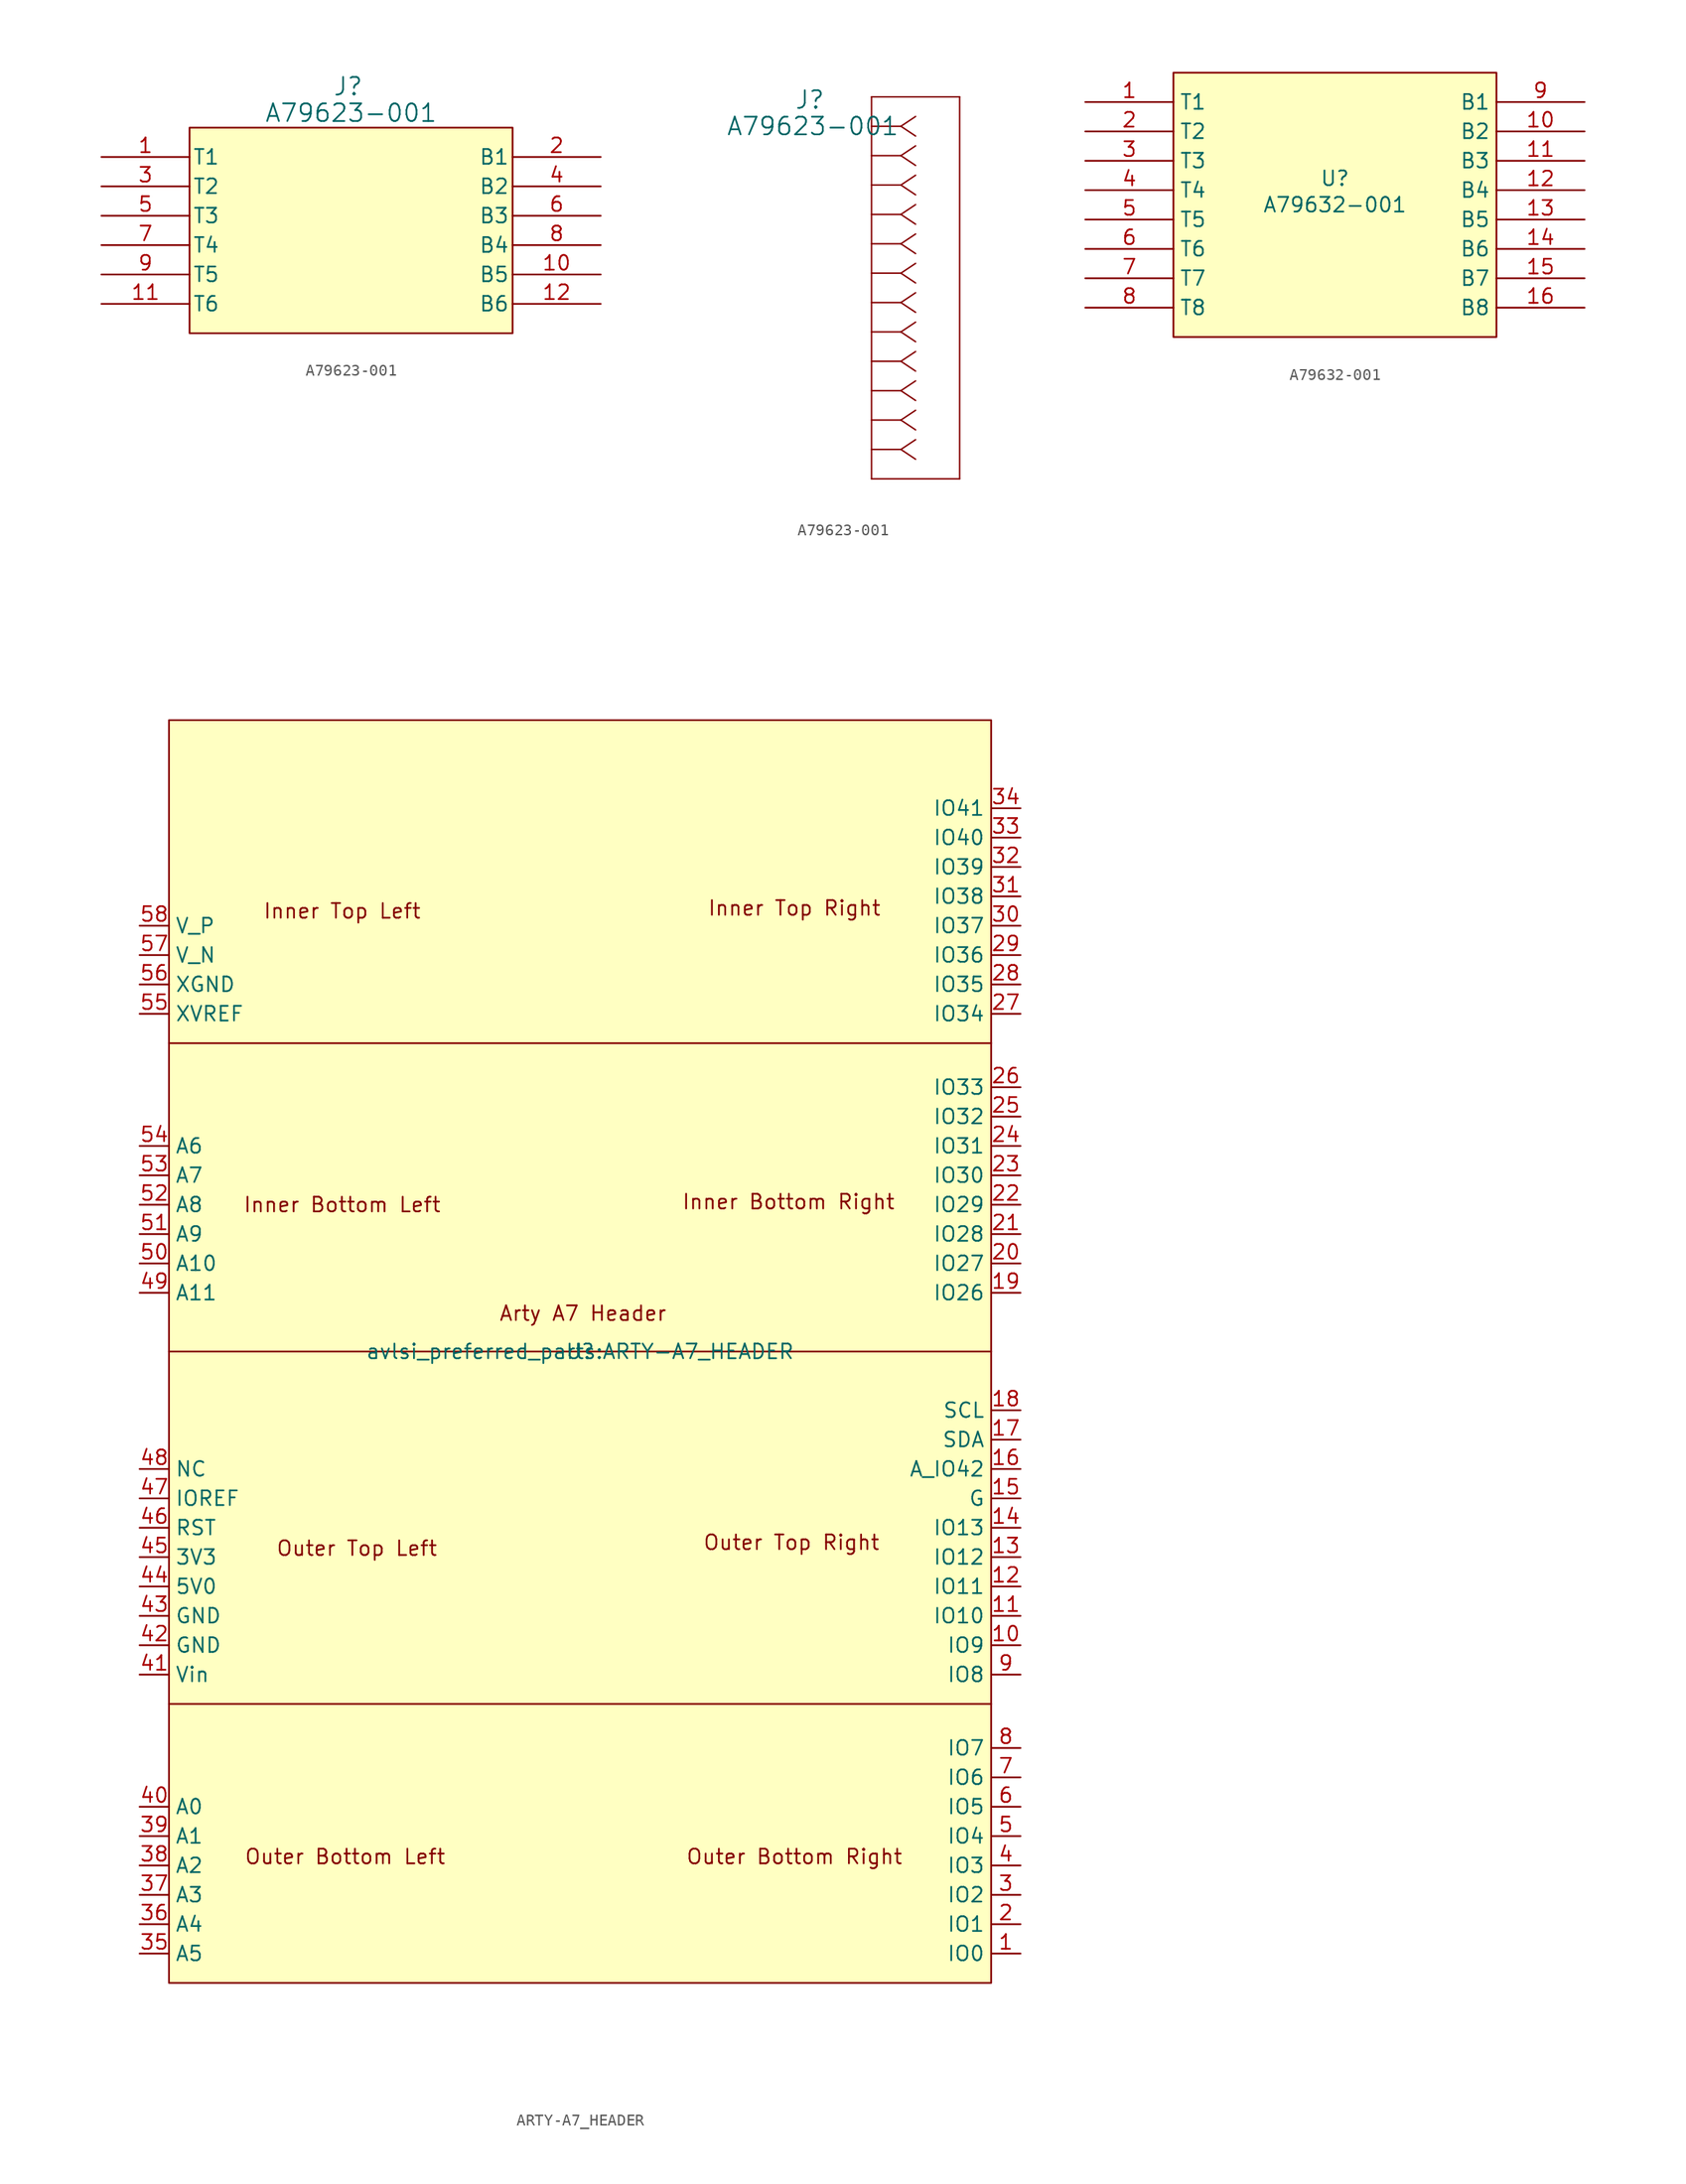
<source format=kicad_sym>
(kicad_symbol_lib
  (version 20231120)
  (generator "kicad_symbol_editor")
  (generator_version "8.0")
  (symbol "A79623-001"
    (pin_names
      (offset 0.254))
    (property "Reference" "J"
      (at -0.254 2.286 0)
      (effects (font (size 1.524 1.524))))
    (property "Value" "A79623-001"
      (at 0 0 0)
      (effects (font (size 1.524 1.524))))
    (symbol "A79623-001_0_1"
      (pin unspecified line (at -21.59 -3.81 0) (length 7.62) (name "T1" (effects (font (size 1.27 1.27)))) (number "1" (effects (font (size 1.27 1.27)))))
      (pin unspecified line (at 21.59 -13.97 180) (length 7.62) (name "B5" (effects (font (size 1.27 1.27)))) (number "10" (effects (font (size 1.27 1.27)))))
      (pin unspecified line (at -21.59 -16.51 0) (length 7.62) (name "T6" (effects (font (size 1.27 1.27)))) (number "11" (effects (font (size 1.27 1.27)))))
      (pin unspecified line (at 21.59 -16.51 180) (length 7.62) (name "B6" (effects (font (size 1.27 1.27)))) (number "12" (effects (font (size 1.27 1.27)))))
      (pin unspecified line (at 21.59 -3.81 180) (length 7.62) (name "B1" (effects (font (size 1.27 1.27)))) (number "2" (effects (font (size 1.27 1.27)))))
      (pin unspecified line (at -21.59 -6.35 0) (length 7.62) (name "T2" (effects (font (size 1.27 1.27)))) (number "3" (effects (font (size 1.27 1.27)))))
      (pin unspecified line (at 21.59 -6.35 180) (length 7.62) (name "B2" (effects (font (size 1.27 1.27)))) (number "4" (effects (font (size 1.27 1.27)))))
      (pin unspecified line (at -21.59 -8.89 0) (length 7.62) (name "T3" (effects (font (size 1.27 1.27)))) (number "5" (effects (font (size 1.27 1.27)))))
      (pin unspecified line (at 21.59 -8.89 180) (length 7.62) (name "B3" (effects (font (size 1.27 1.27)))) (number "6" (effects (font (size 1.27 1.27)))))
      (pin unspecified line (at -21.59 -11.43 0) (length 7.62) (name "T4" (effects (font (size 1.27 1.27)))) (number "7" (effects (font (size 1.27 1.27)))))
      (pin unspecified line (at 21.59 -11.43 180) (length 7.62) (name "B4" (effects (font (size 1.27 1.27)))) (number "8" (effects (font (size 1.27 1.27)))))
      (pin unspecified line (at -21.59 -13.97 0) (length 7.62) (name "T5" (effects (font (size 1.27 1.27)))) (number "9" (effects (font (size 1.27 1.27))))))
    (symbol "A79623-001_1_1"
      (rectangle (start -13.97 -1.27) (end 13.97 -19.05) (stroke (width 0) (type default)) (fill (type background))))
    (symbol "A79623-001_1_2"
      (polyline (pts (xy 5.08 -30.48) (xy 12.7 -30.48)) (stroke (width 0.127) (type default)) (fill (type none)))
      (polyline (pts (xy 5.08 2.54) (xy 5.08 -30.48)) (stroke (width 0.127) (type default)) (fill (type none)))
      (polyline (pts (xy 7.62 -27.94) (xy 5.08 -27.94)) (stroke (width 0.127) (type default)) (fill (type none)))
      (polyline (pts (xy 7.62 -27.94) (xy 8.89 -28.787)) (stroke (width 0.127) (type default)) (fill (type none)))
      (polyline (pts (xy 7.62 -27.94) (xy 8.89 -27.093)) (stroke (width 0.127) (type default)) (fill (type none)))
      (polyline (pts (xy 7.62 -25.4) (xy 5.08 -25.4)) (stroke (width 0.127) (type default)) (fill (type none)))
      (polyline (pts (xy 7.62 -25.4) (xy 8.89 -26.247)) (stroke (width 0.127) (type default)) (fill (type none)))
      (polyline (pts (xy 7.62 -25.4) (xy 8.89 -24.553)) (stroke (width 0.127) (type default)) (fill (type none)))
      (polyline (pts (xy 7.62 -22.86) (xy 5.08 -22.86)) (stroke (width 0.127) (type default)) (fill (type none)))
      (polyline (pts (xy 7.62 -22.86) (xy 8.89 -23.707)) (stroke (width 0.127) (type default)) (fill (type none)))
      (polyline (pts (xy 7.62 -22.86) (xy 8.89 -22.013)) (stroke (width 0.127) (type default)) (fill (type none)))
      (polyline (pts (xy 7.62 -20.32) (xy 5.08 -20.32)) (stroke (width 0.127) (type default)) (fill (type none)))
      (polyline (pts (xy 7.62 -20.32) (xy 8.89 -21.167)) (stroke (width 0.127) (type default)) (fill (type none)))
      (polyline (pts (xy 7.62 -20.32) (xy 8.89 -19.473)) (stroke (width 0.127) (type default)) (fill (type none)))
      (polyline (pts (xy 7.62 -17.78) (xy 5.08 -17.78)) (stroke (width 0.127) (type default)) (fill (type none)))
      (polyline (pts (xy 7.62 -17.78) (xy 8.89 -18.627)) (stroke (width 0.127) (type default)) (fill (type none)))
      (polyline (pts (xy 7.62 -17.78) (xy 8.89 -16.933)) (stroke (width 0.127) (type default)) (fill (type none)))
      (polyline (pts (xy 7.62 -15.24) (xy 5.08 -15.24)) (stroke (width 0.127) (type default)) (fill (type none)))
      (polyline (pts (xy 7.62 -15.24) (xy 8.89 -16.087)) (stroke (width 0.127) (type default)) (fill (type none)))
      (polyline (pts (xy 7.62 -15.24) (xy 8.89 -14.393)) (stroke (width 0.127) (type default)) (fill (type none)))
      (polyline (pts (xy 7.62 -12.7) (xy 5.08 -12.7)) (stroke (width 0.127) (type default)) (fill (type none)))
      (polyline (pts (xy 7.62 -12.7) (xy 8.89 -13.547)) (stroke (width 0.127) (type default)) (fill (type none)))
      (polyline (pts (xy 7.62 -12.7) (xy 8.89 -11.853)) (stroke (width 0.127) (type default)) (fill (type none)))
      (polyline (pts (xy 7.62 -10.16) (xy 5.08 -10.16)) (stroke (width 0.127) (type default)) (fill (type none)))
      (polyline (pts (xy 7.62 -10.16) (xy 8.89 -11.007)) (stroke (width 0.127) (type default)) (fill (type none)))
      (polyline (pts (xy 7.62 -10.16) (xy 8.89 -9.313)) (stroke (width 0.127) (type default)) (fill (type none)))
      (polyline (pts (xy 7.62 -7.62) (xy 5.08 -7.62)) (stroke (width 0.127) (type default)) (fill (type none)))
      (polyline (pts (xy 7.62 -7.62) (xy 8.89 -8.467)) (stroke (width 0.127) (type default)) (fill (type none)))
      (polyline (pts (xy 7.62 -7.62) (xy 8.89 -6.773)) (stroke (width 0.127) (type default)) (fill (type none)))
      (polyline (pts (xy 7.62 -5.08) (xy 5.08 -5.08)) (stroke (width 0.127) (type default)) (fill (type none)))
      (polyline (pts (xy 7.62 -5.08) (xy 8.89 -5.927)) (stroke (width 0.127) (type default)) (fill (type none)))
      (polyline (pts (xy 7.62 -5.08) (xy 8.89 -4.233)) (stroke (width 0.127) (type default)) (fill (type none)))
      (polyline (pts (xy 7.62 -2.54) (xy 5.08 -2.54)) (stroke (width 0.127) (type default)) (fill (type none)))
      (polyline (pts (xy 7.62 -2.54) (xy 8.89 -3.387)) (stroke (width 0.127) (type default)) (fill (type none)))
      (polyline (pts (xy 7.62 -2.54) (xy 8.89 -1.693)) (stroke (width 0.127) (type default)) (fill (type none)))
      (polyline (pts (xy 7.62 0) (xy 5.08 0)) (stroke (width 0.127) (type default)) (fill (type none)))
      (polyline (pts (xy 7.62 0) (xy 8.89 -0.847)) (stroke (width 0.127) (type default)) (fill (type none)))
      (polyline (pts (xy 7.62 0) (xy 8.89 0.847)) (stroke (width 0.127) (type default)) (fill (type none)))
      (polyline (pts (xy 12.7 -30.48) (xy 12.7 2.54)) (stroke (width 0.127) (type default)) (fill (type none)))
      (polyline (pts (xy 12.7 2.54) (xy 5.08 2.54)) (stroke (width 0.127) (type default)) (fill (type none)))))
  (symbol "A79632-001"
    (property "Reference" "U"
      (at 0 2.286 0)
      (effects (font (size 1.27 1.27))))
    (property "Value" "A79632-001"
      (at 0 0 0)
      (effects (font (size 1.27 1.27))))
    (symbol "A79632-001_0_1"
      (pin unspecified line (at -21.59 8.89 0) (length 7.62) (name "T1" (effects (font (size 1.27 1.27)))) (number "1" (effects (font (size 1.27 1.27)))))
      (pin unspecified line (at 21.59 6.35 180) (length 7.62) (name "B2" (effects (font (size 1.27 1.27)))) (number "10" (effects (font (size 1.27 1.27)))))
      (pin unspecified line (at 21.59 3.81 180) (length 7.62) (name "B3" (effects (font (size 1.27 1.27)))) (number "11" (effects (font (size 1.27 1.27)))))
      (pin unspecified line (at 21.59 1.27 180) (length 7.62) (name "B4" (effects (font (size 1.27 1.27)))) (number "12" (effects (font (size 1.27 1.27)))))
      (pin unspecified line (at 21.59 -1.27 180) (length 7.62) (name "B5" (effects (font (size 1.27 1.27)))) (number "13" (effects (font (size 1.27 1.27)))))
      (pin unspecified line (at 21.59 -3.81 180) (length 7.62) (name "B6" (effects (font (size 1.27 1.27)))) (number "14" (effects (font (size 1.27 1.27)))))
      (pin unspecified line (at 21.59 -6.35 180) (length 7.62) (name "B7" (effects (font (size 1.27 1.27)))) (number "15" (effects (font (size 1.27 1.27)))))
      (pin unspecified line (at 21.59 -8.89 180) (length 7.62) (name "B8" (effects (font (size 1.27 1.27)))) (number "16" (effects (font (size 1.27 1.27)))))
      (pin unspecified line (at -21.59 6.35 0) (length 7.62) (name "T2" (effects (font (size 1.27 1.27)))) (number "2" (effects (font (size 1.27 1.27)))))
      (pin unspecified line (at -21.59 3.81 0) (length 7.62) (name "T3" (effects (font (size 1.27 1.27)))) (number "3" (effects (font (size 1.27 1.27)))))
      (pin unspecified line (at -21.59 1.27 0) (length 7.62) (name "T4" (effects (font (size 1.27 1.27)))) (number "4" (effects (font (size 1.27 1.27)))))
      (pin unspecified line (at -21.59 -1.27 0) (length 7.62) (name "T5" (effects (font (size 1.27 1.27)))) (number "5" (effects (font (size 1.27 1.27)))))
      (pin unspecified line (at -21.59 -3.81 0) (length 7.62) (name "T6" (effects (font (size 1.27 1.27)))) (number "6" (effects (font (size 1.27 1.27)))))
      (pin unspecified line (at -21.59 -6.35 0) (length 7.62) (name "T7" (effects (font (size 1.27 1.27)))) (number "7" (effects (font (size 1.27 1.27)))))
      (pin unspecified line (at -21.59 -8.89 0) (length 7.62) (name "T8" (effects (font (size 1.27 1.27)))) (number "8" (effects (font (size 1.27 1.27)))))
      (pin unspecified line (at 21.59 8.89 180) (length 7.62) (name "B1" (effects (font (size 1.27 1.27)))) (number "9" (effects (font (size 1.27 1.27))))))
    (symbol "A79632-001_1_1"
      (rectangle (start -13.97 11.43) (end 13.97 -11.43) (stroke (width 0) (type default)) (fill (type background)))))
  (symbol "ARTY-A7_HEADER"
    (property "Reference" "U"
      (at 0 0 0)
      (effects (font (size 1.27 1.27))))
    (property "Value" "avlsi_preferred_parts:ARTY-A7_HEADER"
      (at 0 0 0)
      (effects (font (size 1.27 1.27))))
    (symbol "ARTY-A7_HEADER_1_1"
      (rectangle (start -35.56 54.61) (end 35.56 -54.61) (stroke (width 0) (type default)) (fill (type background)))
      (polyline (pts (xy 35.56 -30.48) (xy -35.56 -30.48)) (stroke (width 0) (type default)) (fill (type none)))
      (polyline (pts (xy 35.56 0) (xy -35.56 0)) (stroke (width 0) (type default)) (fill (type none)))
      (polyline (pts (xy 35.56 26.67) (xy -35.56 26.67)) (stroke (width 0) (type default)) (fill (type none)))
      (text "Arty A7 Header" (at 0.254 3.302 0) (effects (font (size 1.27 1.27))))
      (text "Inner Bottom Left" (at -20.574 12.7 0) (effects (font (size 1.27 1.27))))
      (text "Inner Bottom Right" (at 18.034 12.954 0) (effects (font (size 1.27 1.27))))
      (text "Inner Top Left" (at -20.574 38.1 0) (effects (font (size 1.27 1.27))))
      (text "Inner Top Right" (at 18.542 38.354 0) (effects (font (size 1.27 1.27))))
      (text "Outer Bottom Left" (at -20.32 -43.688 0) (effects (font (size 1.27 1.27))))
      (text "Outer Bottom Right" (at 18.542 -43.688 0) (effects (font (size 1.27 1.27))))
      (text "Outer Top Left" (at -19.304 -17.018 0) (effects (font (size 1.27 1.27))))
      (text "Outer Top Right" (at 18.288 -16.51 0) (effects (font (size 1.27 1.27))))
      (pin bidirectional line (at 38.1 -52.07 180) (length 2.54) (name "IO0" (effects (font (size 1.27 1.27)))) (number "1" (effects (font (size 1.27 1.27)))))
      (pin bidirectional line (at 38.1 -25.4 180) (length 2.54) (name "IO9" (effects (font (size 1.27 1.27)))) (number "10" (effects (font (size 1.27 1.27)))))
      (pin bidirectional line (at 38.1 -22.86 180) (length 2.54) (name "IO10" (effects (font (size 1.27 1.27)))) (number "11" (effects (font (size 1.27 1.27)))))
      (pin bidirectional line (at 38.1 -20.32 180) (length 2.54) (name "IO11" (effects (font (size 1.27 1.27)))) (number "12" (effects (font (size 1.27 1.27)))))
      (pin bidirectional line (at 38.1 -17.78 180) (length 2.54) (name "IO12" (effects (font (size 1.27 1.27)))) (number "13" (effects (font (size 1.27 1.27)))))
      (pin bidirectional line (at 38.1 -15.24 180) (length 2.54) (name "IO13" (effects (font (size 1.27 1.27)))) (number "14" (effects (font (size 1.27 1.27)))))
      (pin bidirectional line (at 38.1 -12.7 180) (length 2.54) (name "G" (effects (font (size 1.27 1.27)))) (number "15" (effects (font (size 1.27 1.27)))))
      (pin bidirectional line (at 38.1 -10.16 180) (length 2.54) (name "A_IO42" (effects (font (size 1.27 1.27)))) (number "16" (effects (font (size 1.27 1.27)))))
      (pin bidirectional line (at 38.1 -7.62 180) (length 2.54) (name "SDA" (effects (font (size 1.27 1.27)))) (number "17" (effects (font (size 1.27 1.27)))))
      (pin bidirectional line (at 38.1 -5.08 180) (length 2.54) (name "SCL" (effects (font (size 1.27 1.27)))) (number "18" (effects (font (size 1.27 1.27)))))
      (pin bidirectional line (at 38.1 5.08 180) (length 2.54) (name "IO26" (effects (font (size 1.27 1.27)))) (number "19" (effects (font (size 1.27 1.27)))))
      (pin bidirectional line (at 38.1 -49.53 180) (length 2.54) (name "IO1" (effects (font (size 1.27 1.27)))) (number "2" (effects (font (size 1.27 1.27)))))
      (pin bidirectional line (at 38.1 7.62 180) (length 2.54) (name "IO27" (effects (font (size 1.27 1.27)))) (number "20" (effects (font (size 1.27 1.27)))))
      (pin bidirectional line (at 38.1 10.16 180) (length 2.54) (name "IO28" (effects (font (size 1.27 1.27)))) (number "21" (effects (font (size 1.27 1.27)))))
      (pin bidirectional line (at 38.1 12.7 180) (length 2.54) (name "IO29" (effects (font (size 1.27 1.27)))) (number "22" (effects (font (size 1.27 1.27)))))
      (pin bidirectional line (at 38.1 15.24 180) (length 2.54) (name "IO30" (effects (font (size 1.27 1.27)))) (number "23" (effects (font (size 1.27 1.27)))))
      (pin bidirectional line (at 38.1 17.78 180) (length 2.54) (name "IO31" (effects (font (size 1.27 1.27)))) (number "24" (effects (font (size 1.27 1.27)))))
      (pin bidirectional line (at 38.1 20.32 180) (length 2.54) (name "IO32" (effects (font (size 1.27 1.27)))) (number "25" (effects (font (size 1.27 1.27)))))
      (pin bidirectional line (at 38.1 22.86 180) (length 2.54) (name "IO33" (effects (font (size 1.27 1.27)))) (number "26" (effects (font (size 1.27 1.27)))))
      (pin bidirectional line (at 38.1 29.21 180) (length 2.54) (name "IO34" (effects (font (size 1.27 1.27)))) (number "27" (effects (font (size 1.27 1.27)))))
      (pin bidirectional line (at 38.1 31.75 180) (length 2.54) (name "IO35" (effects (font (size 1.27 1.27)))) (number "28" (effects (font (size 1.27 1.27)))))
      (pin bidirectional line (at 38.1 34.29 180) (length 2.54) (name "IO36" (effects (font (size 1.27 1.27)))) (number "29" (effects (font (size 1.27 1.27)))))
      (pin bidirectional line (at 38.1 -46.99 180) (length 2.54) (name "IO2" (effects (font (size 1.27 1.27)))) (number "3" (effects (font (size 1.27 1.27)))))
      (pin bidirectional line (at 38.1 36.83 180) (length 2.54) (name "IO37" (effects (font (size 1.27 1.27)))) (number "30" (effects (font (size 1.27 1.27)))))
      (pin bidirectional line (at 38.1 39.37 180) (length 2.54) (name "IO38" (effects (font (size 1.27 1.27)))) (number "31" (effects (font (size 1.27 1.27)))))
      (pin bidirectional line (at 38.1 41.91 180) (length 2.54) (name "IO39" (effects (font (size 1.27 1.27)))) (number "32" (effects (font (size 1.27 1.27)))))
      (pin bidirectional line (at 38.1 44.45 180) (length 2.54) (name "IO40" (effects (font (size 1.27 1.27)))) (number "33" (effects (font (size 1.27 1.27)))))
      (pin bidirectional line (at 38.1 46.99 180) (length 2.54) (name "IO41" (effects (font (size 1.27 1.27)))) (number "34" (effects (font (size 1.27 1.27)))))
      (pin bidirectional line (at -38.1 -52.07 0) (length 2.54) (name "A5" (effects (font (size 1.27 1.27)))) (number "35" (effects (font (size 1.27 1.27)))))
      (pin bidirectional line (at -38.1 -49.53 0) (length 2.54) (name "A4" (effects (font (size 1.27 1.27)))) (number "36" (effects (font (size 1.27 1.27)))))
      (pin bidirectional line (at -38.1 -46.99 0) (length 2.54) (name "A3" (effects (font (size 1.27 1.27)))) (number "37" (effects (font (size 1.27 1.27)))))
      (pin bidirectional line (at -38.1 -44.45 0) (length 2.54) (name "A2" (effects (font (size 1.27 1.27)))) (number "38" (effects (font (size 1.27 1.27)))))
      (pin bidirectional line (at -38.1 -41.91 0) (length 2.54) (name "A1" (effects (font (size 1.27 1.27)))) (number "39" (effects (font (size 1.27 1.27)))))
      (pin bidirectional line (at 38.1 -44.45 180) (length 2.54) (name "IO3" (effects (font (size 1.27 1.27)))) (number "4" (effects (font (size 1.27 1.27)))))
      (pin bidirectional line (at -38.1 -39.37 0) (length 2.54) (name "A0" (effects (font (size 1.27 1.27)))) (number "40" (effects (font (size 1.27 1.27)))))
      (pin bidirectional line (at -38.1 -27.94 0) (length 2.54) (name "Vin" (effects (font (size 1.27 1.27)))) (number "41" (effects (font (size 1.27 1.27)))))
      (pin bidirectional line (at -38.1 -25.4 0) (length 2.54) (name "GND" (effects (font (size 1.27 1.27)))) (number "42" (effects (font (size 1.27 1.27)))))
      (pin bidirectional line (at -38.1 -22.86 0) (length 2.54) (name "GND" (effects (font (size 1.27 1.27)))) (number "43" (effects (font (size 1.27 1.27)))))
      (pin bidirectional line (at -38.1 -20.32 0) (length 2.54) (name "5V0" (effects (font (size 1.27 1.27)))) (number "44" (effects (font (size 1.27 1.27)))))
      (pin bidirectional line (at -38.1 -17.78 0) (length 2.54) (name "3V3" (effects (font (size 1.27 1.27)))) (number "45" (effects (font (size 1.27 1.27)))))
      (pin bidirectional line (at -38.1 -15.24 0) (length 2.54) (name "RST" (effects (font (size 1.27 1.27)))) (number "46" (effects (font (size 1.27 1.27)))))
      (pin bidirectional line (at -38.1 -12.7 0) (length 2.54) (name "IOREF" (effects (font (size 1.27 1.27)))) (number "47" (effects (font (size 1.27 1.27)))))
      (pin bidirectional line (at -38.1 -10.16 0) (length 2.54) (name "NC" (effects (font (size 1.27 1.27)))) (number "48" (effects (font (size 1.27 1.27)))))
      (pin bidirectional line (at -38.1 5.08 0) (length 2.54) (name "A11" (effects (font (size 1.27 1.27)))) (number "49" (effects (font (size 1.27 1.27)))))
      (pin bidirectional line (at 38.1 -41.91 180) (length 2.54) (name "IO4" (effects (font (size 1.27 1.27)))) (number "5" (effects (font (size 1.27 1.27)))))
      (pin bidirectional line (at -38.1 7.62 0) (length 2.54) (name "A10" (effects (font (size 1.27 1.27)))) (number "50" (effects (font (size 1.27 1.27)))))
      (pin bidirectional line (at -38.1 10.16 0) (length 2.54) (name "A9" (effects (font (size 1.27 1.27)))) (number "51" (effects (font (size 1.27 1.27)))))
      (pin bidirectional line (at -38.1 12.7 0) (length 2.54) (name "A8" (effects (font (size 1.27 1.27)))) (number "52" (effects (font (size 1.27 1.27)))))
      (pin bidirectional line (at -38.1 15.24 0) (length 2.54) (name "A7" (effects (font (size 1.27 1.27)))) (number "53" (effects (font (size 1.27 1.27)))))
      (pin bidirectional line (at -38.1 17.78 0) (length 2.54) (name "A6" (effects (font (size 1.27 1.27)))) (number "54" (effects (font (size 1.27 1.27)))))
      (pin bidirectional line (at -38.1 29.21 0) (length 2.54) (name "XVREF" (effects (font (size 1.27 1.27)))) (number "55" (effects (font (size 1.27 1.27)))))
      (pin bidirectional line (at -38.1 31.75 0) (length 2.54) (name "XGND" (effects (font (size 1.27 1.27)))) (number "56" (effects (font (size 1.27 1.27)))))
      (pin bidirectional line (at -38.1 34.29 0) (length 2.54) (name "V_N" (effects (font (size 1.27 1.27)))) (number "57" (effects (font (size 1.27 1.27)))))
      (pin bidirectional line (at -38.1 36.83 0) (length 2.54) (name "V_P" (effects (font (size 1.27 1.27)))) (number "58" (effects (font (size 1.27 1.27)))))
      (pin bidirectional line (at 38.1 -39.37 180) (length 2.54) (name "IO5" (effects (font (size 1.27 1.27)))) (number "6" (effects (font (size 1.27 1.27)))))
      (pin bidirectional line (at 38.1 -36.83 180) (length 2.54) (name "IO6" (effects (font (size 1.27 1.27)))) (number "7" (effects (font (size 1.27 1.27)))))
      (pin bidirectional line (at 38.1 -34.29 180) (length 2.54) (name "IO7" (effects (font (size 1.27 1.27)))) (number "8" (effects (font (size 1.27 1.27)))))
      (pin bidirectional line (at 38.1 -27.94 180) (length 2.54) (name "IO8" (effects (font (size 1.27 1.27)))) (number "9" (effects (font (size 1.27 1.27))))))))
</source>
